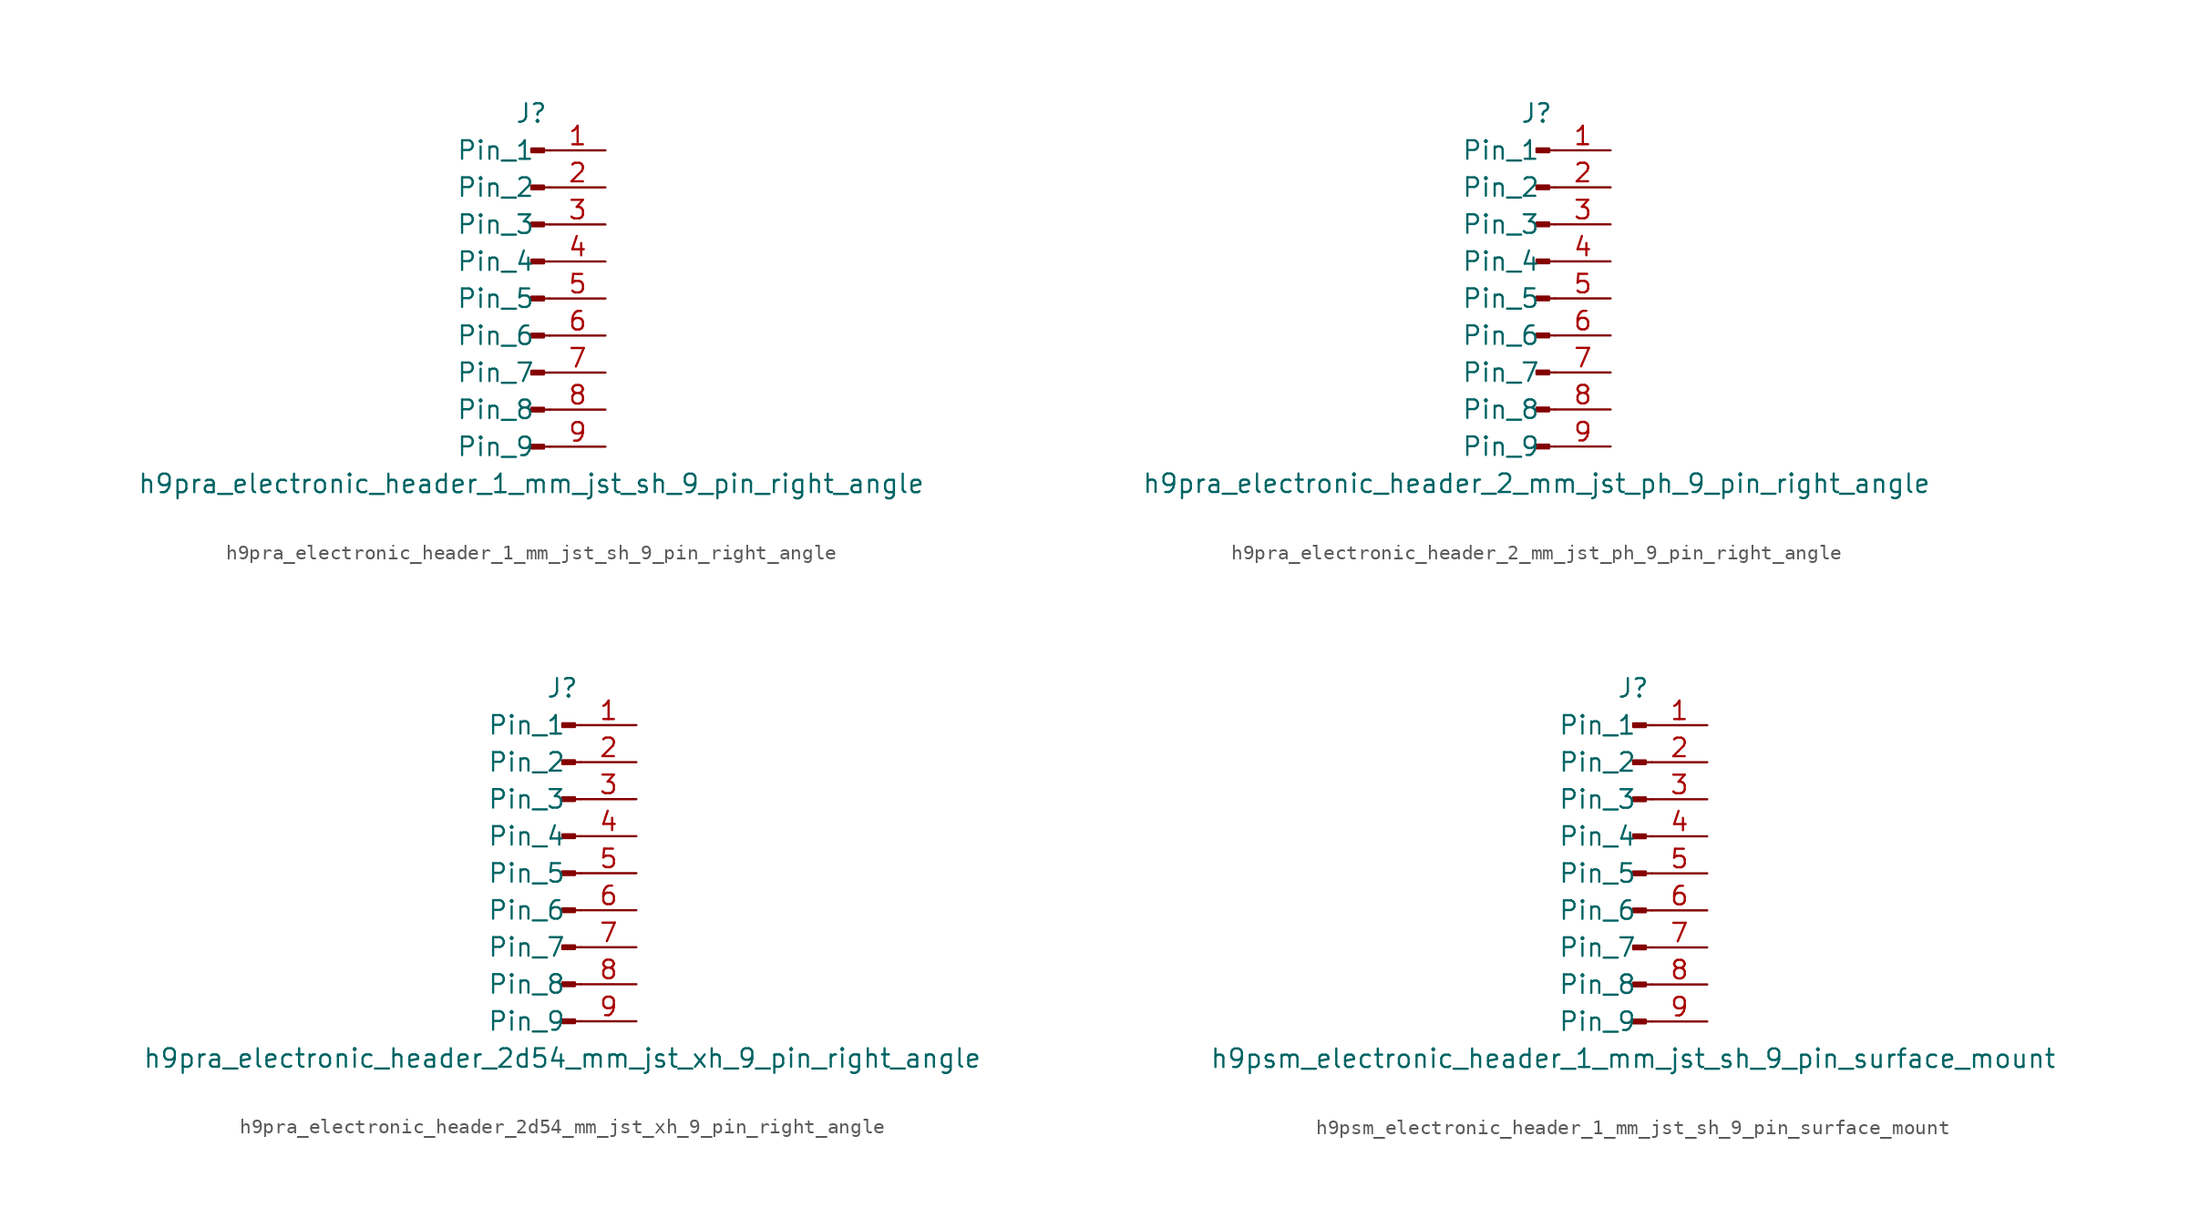
<source format=kicad_sym>
(kicad_symbol_lib
  (version 20220914)
  (generator kicad_symbol_editor)
  (symbol "h9pra_electronic_header_1_mm_jst_sh_9_pin_right_angle"
    (pin_names
      (offset 1.016))
    (property "Reference" "J"
      (at 0 12.7 0)
      (effects (font (size 1.27 1.27))))
    (property "Value" "h9pra_electronic_header_1_mm_jst_sh_9_pin_right_angle"
      (at 0 -12.7 0)
      (effects (font (size 1.27 1.27))))
    (property "ki_locked" ""
      (at 0 0 0)
      (effects (font (size 1.27 1.27))))
    (symbol "h9pra_electronic_header_1_mm_jst_sh_9_pin_right_angle_1_1"
      (polyline (pts (xy 1.27 -10.16) (xy 0.864 -10.16)) (stroke (width 0.152) (type default)) (fill (type none)))
      (polyline (pts (xy 1.27 -7.62) (xy 0.864 -7.62)) (stroke (width 0.152) (type default)) (fill (type none)))
      (polyline (pts (xy 1.27 -5.08) (xy 0.864 -5.08)) (stroke (width 0.152) (type default)) (fill (type none)))
      (polyline (pts (xy 1.27 -2.54) (xy 0.864 -2.54)) (stroke (width 0.152) (type default)) (fill (type none)))
      (polyline (pts (xy 1.27 0) (xy 0.864 0)) (stroke (width 0.152) (type default)) (fill (type none)))
      (polyline (pts (xy 1.27 2.54) (xy 0.864 2.54)) (stroke (width 0.152) (type default)) (fill (type none)))
      (polyline (pts (xy 1.27 5.08) (xy 0.864 5.08)) (stroke (width 0.152) (type default)) (fill (type none)))
      (polyline (pts (xy 1.27 7.62) (xy 0.864 7.62)) (stroke (width 0.152) (type default)) (fill (type none)))
      (polyline (pts (xy 1.27 10.16) (xy 0.864 10.16)) (stroke (width 0.152) (type default)) (fill (type none)))
      (rectangle (start 0.864 -10.033) (end 0 -10.287) (stroke (width 0.152) (type default)) (fill (type outline)))
      (rectangle (start 0.864 -7.493) (end 0 -7.747) (stroke (width 0.152) (type default)) (fill (type outline)))
      (rectangle (start 0.864 -4.953) (end 0 -5.207) (stroke (width 0.152) (type default)) (fill (type outline)))
      (rectangle (start 0.864 -2.413) (end 0 -2.667) (stroke (width 0.152) (type default)) (fill (type outline)))
      (rectangle (start 0.864 0.127) (end 0 -0.127) (stroke (width 0.152) (type default)) (fill (type outline)))
      (rectangle (start 0.864 2.667) (end 0 2.413) (stroke (width 0.152) (type default)) (fill (type outline)))
      (rectangle (start 0.864 5.207) (end 0 4.953) (stroke (width 0.152) (type default)) (fill (type outline)))
      (rectangle (start 0.864 7.747) (end 0 7.493) (stroke (width 0.152) (type default)) (fill (type outline)))
      (rectangle (start 0.864 10.287) (end 0 10.033) (stroke (width 0.152) (type default)) (fill (type outline)))
      (pin passive line (at 5.08 10.16 180) (length 3.81) (name "Pin_1" (effects (font (size 1.27 1.27)))) (number "1" (effects (font (size 1.27 1.27)))))
      (pin passive line (at 5.08 7.62 180) (length 3.81) (name "Pin_2" (effects (font (size 1.27 1.27)))) (number "2" (effects (font (size 1.27 1.27)))))
      (pin passive line (at 5.08 5.08 180) (length 3.81) (name "Pin_3" (effects (font (size 1.27 1.27)))) (number "3" (effects (font (size 1.27 1.27)))))
      (pin passive line (at 5.08 2.54 180) (length 3.81) (name "Pin_4" (effects (font (size 1.27 1.27)))) (number "4" (effects (font (size 1.27 1.27)))))
      (pin passive line (at 5.08 0 180) (length 3.81) (name "Pin_5" (effects (font (size 1.27 1.27)))) (number "5" (effects (font (size 1.27 1.27)))))
      (pin passive line (at 5.08 -2.54 180) (length 3.81) (name "Pin_6" (effects (font (size 1.27 1.27)))) (number "6" (effects (font (size 1.27 1.27)))))
      (pin passive line (at 5.08 -5.08 180) (length 3.81) (name "Pin_7" (effects (font (size 1.27 1.27)))) (number "7" (effects (font (size 1.27 1.27)))))
      (pin passive line (at 5.08 -7.62 180) (length 3.81) (name "Pin_8" (effects (font (size 1.27 1.27)))) (number "8" (effects (font (size 1.27 1.27)))))
      (pin passive line (at 5.08 -10.16 180) (length 3.81) (name "Pin_9" (effects (font (size 1.27 1.27)))) (number "9" (effects (font (size 1.27 1.27)))))))
  (symbol "h9pra_electronic_header_2_mm_jst_ph_9_pin_right_angle"
    (pin_names
      (offset 1.016))
    (property "Reference" "J"
      (at 0 12.7 0)
      (effects (font (size 1.27 1.27))))
    (property "Value" "h9pra_electronic_header_2_mm_jst_ph_9_pin_right_angle"
      (at 0 -12.7 0)
      (effects (font (size 1.27 1.27))))
    (property "ki_locked" ""
      (at 0 0 0)
      (effects (font (size 1.27 1.27))))
    (symbol "h9pra_electronic_header_2_mm_jst_ph_9_pin_right_angle_1_1"
      (polyline (pts (xy 1.27 -10.16) (xy 0.864 -10.16)) (stroke (width 0.152) (type default)) (fill (type none)))
      (polyline (pts (xy 1.27 -7.62) (xy 0.864 -7.62)) (stroke (width 0.152) (type default)) (fill (type none)))
      (polyline (pts (xy 1.27 -5.08) (xy 0.864 -5.08)) (stroke (width 0.152) (type default)) (fill (type none)))
      (polyline (pts (xy 1.27 -2.54) (xy 0.864 -2.54)) (stroke (width 0.152) (type default)) (fill (type none)))
      (polyline (pts (xy 1.27 0) (xy 0.864 0)) (stroke (width 0.152) (type default)) (fill (type none)))
      (polyline (pts (xy 1.27 2.54) (xy 0.864 2.54)) (stroke (width 0.152) (type default)) (fill (type none)))
      (polyline (pts (xy 1.27 5.08) (xy 0.864 5.08)) (stroke (width 0.152) (type default)) (fill (type none)))
      (polyline (pts (xy 1.27 7.62) (xy 0.864 7.62)) (stroke (width 0.152) (type default)) (fill (type none)))
      (polyline (pts (xy 1.27 10.16) (xy 0.864 10.16)) (stroke (width 0.152) (type default)) (fill (type none)))
      (rectangle (start 0.864 -10.033) (end 0 -10.287) (stroke (width 0.152) (type default)) (fill (type outline)))
      (rectangle (start 0.864 -7.493) (end 0 -7.747) (stroke (width 0.152) (type default)) (fill (type outline)))
      (rectangle (start 0.864 -4.953) (end 0 -5.207) (stroke (width 0.152) (type default)) (fill (type outline)))
      (rectangle (start 0.864 -2.413) (end 0 -2.667) (stroke (width 0.152) (type default)) (fill (type outline)))
      (rectangle (start 0.864 0.127) (end 0 -0.127) (stroke (width 0.152) (type default)) (fill (type outline)))
      (rectangle (start 0.864 2.667) (end 0 2.413) (stroke (width 0.152) (type default)) (fill (type outline)))
      (rectangle (start 0.864 5.207) (end 0 4.953) (stroke (width 0.152) (type default)) (fill (type outline)))
      (rectangle (start 0.864 7.747) (end 0 7.493) (stroke (width 0.152) (type default)) (fill (type outline)))
      (rectangle (start 0.864 10.287) (end 0 10.033) (stroke (width 0.152) (type default)) (fill (type outline)))
      (pin passive line (at 5.08 10.16 180) (length 3.81) (name "Pin_1" (effects (font (size 1.27 1.27)))) (number "1" (effects (font (size 1.27 1.27)))))
      (pin passive line (at 5.08 7.62 180) (length 3.81) (name "Pin_2" (effects (font (size 1.27 1.27)))) (number "2" (effects (font (size 1.27 1.27)))))
      (pin passive line (at 5.08 5.08 180) (length 3.81) (name "Pin_3" (effects (font (size 1.27 1.27)))) (number "3" (effects (font (size 1.27 1.27)))))
      (pin passive line (at 5.08 2.54 180) (length 3.81) (name "Pin_4" (effects (font (size 1.27 1.27)))) (number "4" (effects (font (size 1.27 1.27)))))
      (pin passive line (at 5.08 0 180) (length 3.81) (name "Pin_5" (effects (font (size 1.27 1.27)))) (number "5" (effects (font (size 1.27 1.27)))))
      (pin passive line (at 5.08 -2.54 180) (length 3.81) (name "Pin_6" (effects (font (size 1.27 1.27)))) (number "6" (effects (font (size 1.27 1.27)))))
      (pin passive line (at 5.08 -5.08 180) (length 3.81) (name "Pin_7" (effects (font (size 1.27 1.27)))) (number "7" (effects (font (size 1.27 1.27)))))
      (pin passive line (at 5.08 -7.62 180) (length 3.81) (name "Pin_8" (effects (font (size 1.27 1.27)))) (number "8" (effects (font (size 1.27 1.27)))))
      (pin passive line (at 5.08 -10.16 180) (length 3.81) (name "Pin_9" (effects (font (size 1.27 1.27)))) (number "9" (effects (font (size 1.27 1.27)))))))
  (symbol "h9pra_electronic_header_2d54_mm_jst_xh_9_pin_right_angle"
    (pin_names
      (offset 1.016))
    (property "Reference" "J"
      (at 0 12.7 0)
      (effects (font (size 1.27 1.27))))
    (property "Value" "h9pra_electronic_header_2d54_mm_jst_xh_9_pin_right_angle"
      (at 0 -12.7 0)
      (effects (font (size 1.27 1.27))))
    (property "ki_locked" ""
      (at 0 0 0)
      (effects (font (size 1.27 1.27))))
    (symbol "h9pra_electronic_header_2d54_mm_jst_xh_9_pin_right_angle_1_1"
      (polyline (pts (xy 1.27 -10.16) (xy 0.864 -10.16)) (stroke (width 0.152) (type default)) (fill (type none)))
      (polyline (pts (xy 1.27 -7.62) (xy 0.864 -7.62)) (stroke (width 0.152) (type default)) (fill (type none)))
      (polyline (pts (xy 1.27 -5.08) (xy 0.864 -5.08)) (stroke (width 0.152) (type default)) (fill (type none)))
      (polyline (pts (xy 1.27 -2.54) (xy 0.864 -2.54)) (stroke (width 0.152) (type default)) (fill (type none)))
      (polyline (pts (xy 1.27 0) (xy 0.864 0)) (stroke (width 0.152) (type default)) (fill (type none)))
      (polyline (pts (xy 1.27 2.54) (xy 0.864 2.54)) (stroke (width 0.152) (type default)) (fill (type none)))
      (polyline (pts (xy 1.27 5.08) (xy 0.864 5.08)) (stroke (width 0.152) (type default)) (fill (type none)))
      (polyline (pts (xy 1.27 7.62) (xy 0.864 7.62)) (stroke (width 0.152) (type default)) (fill (type none)))
      (polyline (pts (xy 1.27 10.16) (xy 0.864 10.16)) (stroke (width 0.152) (type default)) (fill (type none)))
      (rectangle (start 0.864 -10.033) (end 0 -10.287) (stroke (width 0.152) (type default)) (fill (type outline)))
      (rectangle (start 0.864 -7.493) (end 0 -7.747) (stroke (width 0.152) (type default)) (fill (type outline)))
      (rectangle (start 0.864 -4.953) (end 0 -5.207) (stroke (width 0.152) (type default)) (fill (type outline)))
      (rectangle (start 0.864 -2.413) (end 0 -2.667) (stroke (width 0.152) (type default)) (fill (type outline)))
      (rectangle (start 0.864 0.127) (end 0 -0.127) (stroke (width 0.152) (type default)) (fill (type outline)))
      (rectangle (start 0.864 2.667) (end 0 2.413) (stroke (width 0.152) (type default)) (fill (type outline)))
      (rectangle (start 0.864 5.207) (end 0 4.953) (stroke (width 0.152) (type default)) (fill (type outline)))
      (rectangle (start 0.864 7.747) (end 0 7.493) (stroke (width 0.152) (type default)) (fill (type outline)))
      (rectangle (start 0.864 10.287) (end 0 10.033) (stroke (width 0.152) (type default)) (fill (type outline)))
      (pin passive line (at 5.08 10.16 180) (length 3.81) (name "Pin_1" (effects (font (size 1.27 1.27)))) (number "1" (effects (font (size 1.27 1.27)))))
      (pin passive line (at 5.08 7.62 180) (length 3.81) (name "Pin_2" (effects (font (size 1.27 1.27)))) (number "2" (effects (font (size 1.27 1.27)))))
      (pin passive line (at 5.08 5.08 180) (length 3.81) (name "Pin_3" (effects (font (size 1.27 1.27)))) (number "3" (effects (font (size 1.27 1.27)))))
      (pin passive line (at 5.08 2.54 180) (length 3.81) (name "Pin_4" (effects (font (size 1.27 1.27)))) (number "4" (effects (font (size 1.27 1.27)))))
      (pin passive line (at 5.08 0 180) (length 3.81) (name "Pin_5" (effects (font (size 1.27 1.27)))) (number "5" (effects (font (size 1.27 1.27)))))
      (pin passive line (at 5.08 -2.54 180) (length 3.81) (name "Pin_6" (effects (font (size 1.27 1.27)))) (number "6" (effects (font (size 1.27 1.27)))))
      (pin passive line (at 5.08 -5.08 180) (length 3.81) (name "Pin_7" (effects (font (size 1.27 1.27)))) (number "7" (effects (font (size 1.27 1.27)))))
      (pin passive line (at 5.08 -7.62 180) (length 3.81) (name "Pin_8" (effects (font (size 1.27 1.27)))) (number "8" (effects (font (size 1.27 1.27)))))
      (pin passive line (at 5.08 -10.16 180) (length 3.81) (name "Pin_9" (effects (font (size 1.27 1.27)))) (number "9" (effects (font (size 1.27 1.27)))))))
  (symbol "h9psm_electronic_header_1_mm_jst_sh_9_pin_surface_mount"
    (pin_names
      (offset 1.016))
    (property "Reference" "J"
      (at 0 12.7 0)
      (effects (font (size 1.27 1.27))))
    (property "Value" "h9psm_electronic_header_1_mm_jst_sh_9_pin_surface_mount"
      (at 0 -12.7 0)
      (effects (font (size 1.27 1.27))))
    (property "ki_locked" ""
      (at 0 0 0)
      (effects (font (size 1.27 1.27))))
    (symbol "h9psm_electronic_header_1_mm_jst_sh_9_pin_surface_mount_1_1"
      (polyline (pts (xy 1.27 -10.16) (xy 0.864 -10.16)) (stroke (width 0.152) (type default)) (fill (type none)))
      (polyline (pts (xy 1.27 -7.62) (xy 0.864 -7.62)) (stroke (width 0.152) (type default)) (fill (type none)))
      (polyline (pts (xy 1.27 -5.08) (xy 0.864 -5.08)) (stroke (width 0.152) (type default)) (fill (type none)))
      (polyline (pts (xy 1.27 -2.54) (xy 0.864 -2.54)) (stroke (width 0.152) (type default)) (fill (type none)))
      (polyline (pts (xy 1.27 0) (xy 0.864 0)) (stroke (width 0.152) (type default)) (fill (type none)))
      (polyline (pts (xy 1.27 2.54) (xy 0.864 2.54)) (stroke (width 0.152) (type default)) (fill (type none)))
      (polyline (pts (xy 1.27 5.08) (xy 0.864 5.08)) (stroke (width 0.152) (type default)) (fill (type none)))
      (polyline (pts (xy 1.27 7.62) (xy 0.864 7.62)) (stroke (width 0.152) (type default)) (fill (type none)))
      (polyline (pts (xy 1.27 10.16) (xy 0.864 10.16)) (stroke (width 0.152) (type default)) (fill (type none)))
      (rectangle (start 0.864 -10.033) (end 0 -10.287) (stroke (width 0.152) (type default)) (fill (type outline)))
      (rectangle (start 0.864 -7.493) (end 0 -7.747) (stroke (width 0.152) (type default)) (fill (type outline)))
      (rectangle (start 0.864 -4.953) (end 0 -5.207) (stroke (width 0.152) (type default)) (fill (type outline)))
      (rectangle (start 0.864 -2.413) (end 0 -2.667) (stroke (width 0.152) (type default)) (fill (type outline)))
      (rectangle (start 0.864 0.127) (end 0 -0.127) (stroke (width 0.152) (type default)) (fill (type outline)))
      (rectangle (start 0.864 2.667) (end 0 2.413) (stroke (width 0.152) (type default)) (fill (type outline)))
      (rectangle (start 0.864 5.207) (end 0 4.953) (stroke (width 0.152) (type default)) (fill (type outline)))
      (rectangle (start 0.864 7.747) (end 0 7.493) (stroke (width 0.152) (type default)) (fill (type outline)))
      (rectangle (start 0.864 10.287) (end 0 10.033) (stroke (width 0.152) (type default)) (fill (type outline)))
      (pin passive line (at 5.08 10.16 180) (length 3.81) (name "Pin_1" (effects (font (size 1.27 1.27)))) (number "1" (effects (font (size 1.27 1.27)))))
      (pin passive line (at 5.08 7.62 180) (length 3.81) (name "Pin_2" (effects (font (size 1.27 1.27)))) (number "2" (effects (font (size 1.27 1.27)))))
      (pin passive line (at 5.08 5.08 180) (length 3.81) (name "Pin_3" (effects (font (size 1.27 1.27)))) (number "3" (effects (font (size 1.27 1.27)))))
      (pin passive line (at 5.08 2.54 180) (length 3.81) (name "Pin_4" (effects (font (size 1.27 1.27)))) (number "4" (effects (font (size 1.27 1.27)))))
      (pin passive line (at 5.08 0 180) (length 3.81) (name "Pin_5" (effects (font (size 1.27 1.27)))) (number "5" (effects (font (size 1.27 1.27)))))
      (pin passive line (at 5.08 -2.54 180) (length 3.81) (name "Pin_6" (effects (font (size 1.27 1.27)))) (number "6" (effects (font (size 1.27 1.27)))))
      (pin passive line (at 5.08 -5.08 180) (length 3.81) (name "Pin_7" (effects (font (size 1.27 1.27)))) (number "7" (effects (font (size 1.27 1.27)))))
      (pin passive line (at 5.08 -7.62 180) (length 3.81) (name "Pin_8" (effects (font (size 1.27 1.27)))) (number "8" (effects (font (size 1.27 1.27)))))
      (pin passive line (at 5.08 -10.16 180) (length 3.81) (name "Pin_9" (effects (font (size 1.27 1.27)))) (number "9" (effects (font (size 1.27 1.27))))))))
</source>
